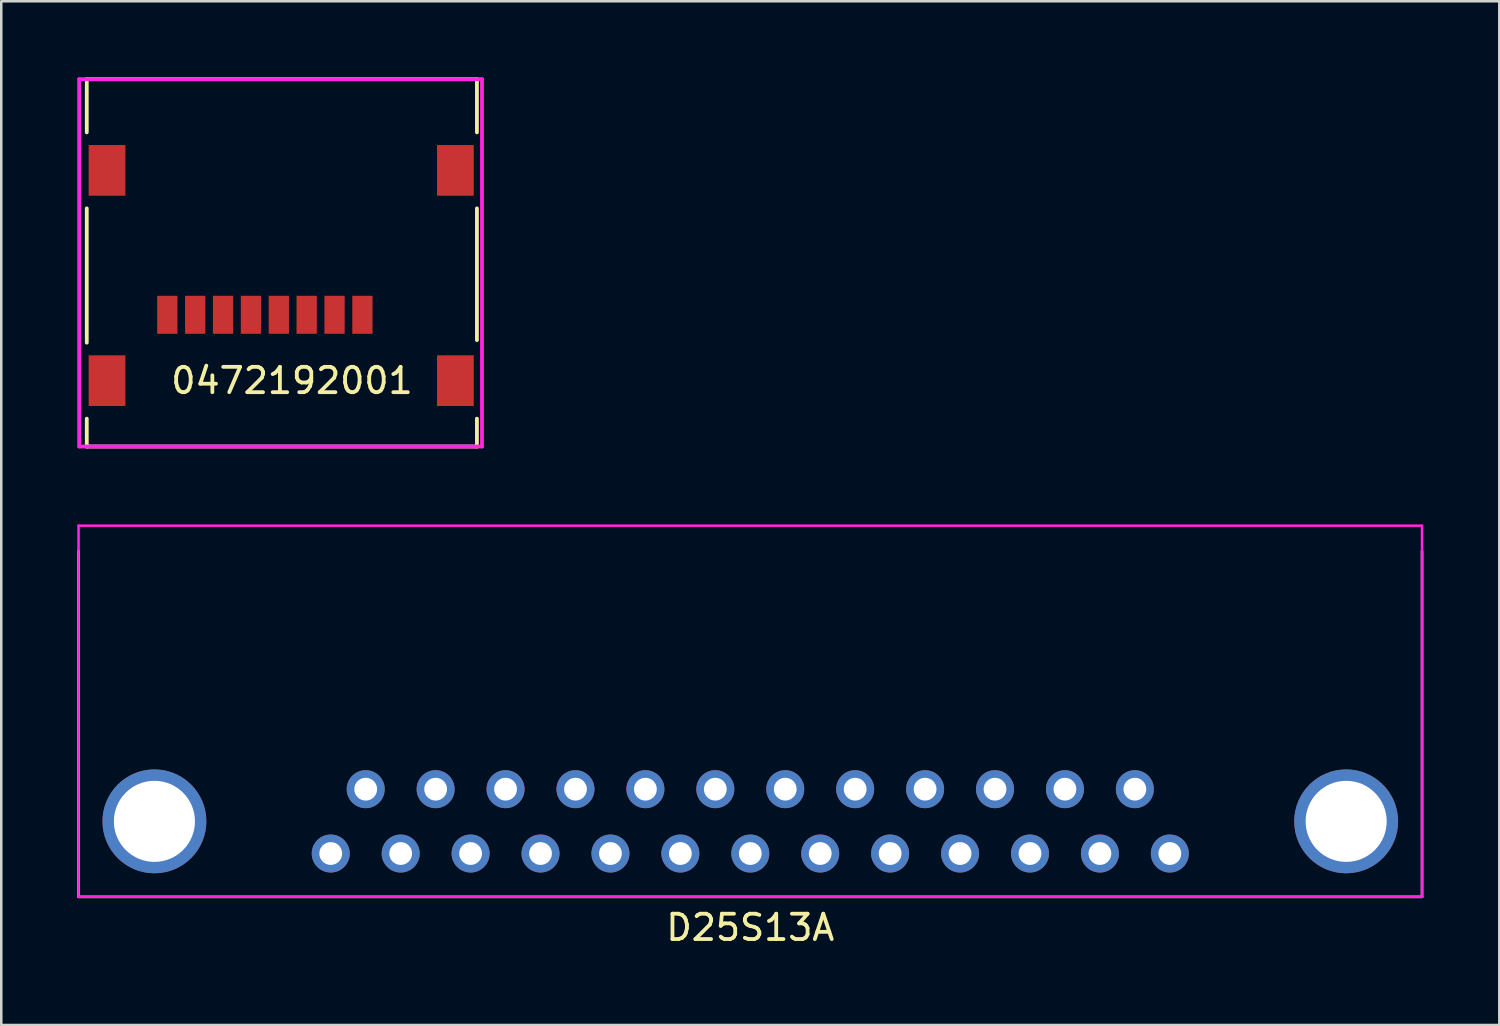
<source format=kicad_pcb>
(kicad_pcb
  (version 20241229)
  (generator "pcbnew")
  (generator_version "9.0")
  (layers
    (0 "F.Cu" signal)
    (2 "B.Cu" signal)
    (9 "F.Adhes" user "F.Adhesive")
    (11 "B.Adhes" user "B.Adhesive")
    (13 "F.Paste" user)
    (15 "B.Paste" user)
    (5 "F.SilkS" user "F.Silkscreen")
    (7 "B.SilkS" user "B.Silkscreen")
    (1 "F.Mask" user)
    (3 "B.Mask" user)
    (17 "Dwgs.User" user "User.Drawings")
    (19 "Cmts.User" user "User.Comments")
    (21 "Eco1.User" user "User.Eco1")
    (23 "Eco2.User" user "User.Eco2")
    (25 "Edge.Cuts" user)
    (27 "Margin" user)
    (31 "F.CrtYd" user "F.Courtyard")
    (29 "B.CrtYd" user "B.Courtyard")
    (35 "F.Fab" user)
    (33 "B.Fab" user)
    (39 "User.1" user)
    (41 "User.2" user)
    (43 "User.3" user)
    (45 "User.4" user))
  (footprint "0472192001"
    (layer "F.Cu")
    (at 1.175 11.975)
    (property "Reference" "0472192001" (at 7.3 0 0) (layer "F.SilkS") (effects (font (size 1 1) (thickness 0.15))))
    (attr through_hole)
    (fp_line (start -0.8 -11.9) (end 14.6 -11.9) (stroke (width 0.15) (type solid)) (layer "F.SilkS"))
    (fp_line (start -0.8 -9.8) (end -0.8 -11.9) (stroke (width 0.15) (type solid)) (layer "F.SilkS"))
    (fp_line (start -0.8 -1.5) (end -0.8 -6.8) (stroke (width 0.15) (type solid)) (layer "F.SilkS"))
    (fp_line (start -0.8 1.5) (end -0.8 2.6) (stroke (width 0.15) (type solid)) (layer "F.SilkS"))
    (fp_line (start -0.8 2.6) (end 14.6 2.6) (stroke (width 0.15) (type solid)) (layer "F.SilkS"))
    (fp_line (start 14.6 -11.9) (end 14.6 -9.8) (stroke (width 0.15) (type solid)) (layer "F.SilkS"))
    (fp_line (start 14.6 -1.6) (end 14.6 -6.8) (stroke (width 0.15) (type solid)) (layer "F.SilkS"))
    (fp_line (start 14.6 2.6) (end 14.6 1.5) (stroke (width 0.15) (type solid)) (layer "F.SilkS"))
    (fp_line (start -1.1 2.6) (end -1.1 -11.9) (stroke (width 0.15) (type solid)) (layer "F.CrtYd"))
    (fp_line (start -1.1 2.6) (end 14.8 2.6) (stroke (width 0.15) (type solid)) (layer "F.CrtYd"))
    (fp_line (start 14.8 -11.9) (end -1.1 -11.9) (stroke (width 0.15) (type solid)) (layer "F.CrtYd"))
    (fp_line (start 14.8 2.6) (end 14.8 -11.9) (stroke (width 0.15) (type solid)) (layer "F.CrtYd"))
    (pad "" smd rect (at 0 -8.3) (size 1.45 2) (layers "F.Cu" "F.Mask" "F.Paste"))
    (pad "" smd rect (at 0 0) (size 1.45 2) (layers "F.Cu" "F.Mask" "F.Paste"))
    (pad "" smd rect (at 13.75 -8.3) (size 1.45 2) (layers "F.Cu" "F.Mask" "F.Paste"))
    (pad "" smd rect (at 13.75 0) (size 1.45 2) (layers "F.Cu" "F.Mask" "F.Paste"))
    (pad "1" smd rect (at 10.08 -2.6) (size 0.8 1.5) (layers "F.Cu" "F.Mask" "F.Paste"))
    (pad "2" smd rect (at 8.98 -2.6) (size 0.8 1.5) (layers "F.Cu" "F.Mask" "F.Paste"))
    (pad "3" smd rect (at 7.88 -2.6) (size 0.8 1.5) (layers "F.Cu" "F.Mask" "F.Paste"))
    (pad "4" smd rect (at 6.78 -2.6) (size 0.8 1.5) (layers "F.Cu" "F.Mask" "F.Paste"))
    (pad "5" smd rect (at 5.68 -2.6) (size 0.8 1.5) (layers "F.Cu" "F.Mask" "F.Paste"))
    (pad "6" smd rect (at 4.58 -2.6) (size 0.8 1.5) (layers "F.Cu" "F.Mask" "F.Paste"))
    (pad "7" smd rect (at 3.48 -2.6) (size 0.8 1.5) (layers "F.Cu" "F.Mask" "F.Paste"))
    (pad "8" smd rect (at 2.38 -2.6) (size 0.8 1.5) (layers "F.Cu" "F.Mask" "F.Paste")))
  (footprint "D25S13A"
    (layer "F.Cu")
    (at 10.005 29.37)
    (property "Reference" "D25S13A" (at 16.56 4.191 0) (layer "F.SilkS") (effects (font (size 1 1) (thickness 0.15))))
    (attr through_hole)
    (fp_line (start -9.955 2.98) (end -9.955 -10.67) (stroke (width 0.1) (type solid)) (layer "F.SilkS"))
    (fp_line (start -9.955 2.98) (end 43.075 2.98) (stroke (width 0.1) (type solid)) (layer "F.SilkS"))
    (fp_line (start 43.075 2.98) (end 43.075 -10.67) (stroke (width 0.1) (type solid)) (layer "F.SilkS"))
    (fp_line (start -9.955 -11.67) (end 43.075 -11.67) (stroke (width 0.1) (type solid)) (layer "F.CrtYd"))
    (fp_line (start -9.955 2.98) (end -9.955 -11.67) (stroke (width 0.1) (type solid)) (layer "F.CrtYd"))
    (fp_line (start -9.955 2.98) (end 43.075 2.98) (stroke (width 0.1) (type solid)) (layer "F.CrtYd"))
    (fp_line (start 43.075 2.98) (end 43.075 -11.67) (stroke (width 0.1) (type solid)) (layer "F.CrtYd"))
    (pad "0" thru_hole circle (at -6.96 0) (size 4.1 4.1) (drill 3.2) (layers "*.Cu" "*.Mask"))
    (pad "0" thru_hole circle (at 40.08 0) (size 4.1 4.1) (drill 3.2) (layers "*.Cu" "*.Mask"))
    (pad "1" thru_hole circle (at 0 1.27) (size 1.5 1.5) (drill 0.9) (layers "*.Cu" "*.Mask"))
    (pad "2" thru_hole circle (at 2.76 1.27) (size 1.5 1.5) (drill 0.9) (layers "*.Cu" "*.Mask"))
    (pad "3" thru_hole circle (at 5.52 1.27) (size 1.5 1.5) (drill 0.9) (layers "*.Cu" "*.Mask"))
    (pad "4" thru_hole circle (at 8.28 1.27) (size 1.5 1.5) (drill 0.9) (layers "*.Cu" "*.Mask"))
    (pad "5" thru_hole circle (at 11.04 1.27) (size 1.5 1.5) (drill 0.9) (layers "*.Cu" "*.Mask"))
    (pad "6" thru_hole circle (at 13.8 1.27) (size 1.5 1.5) (drill 0.9) (layers "*.Cu" "*.Mask"))
    (pad "7" thru_hole circle (at 16.56 1.27) (size 1.5 1.5) (drill 0.9) (layers "*.Cu" "*.Mask"))
    (pad "8" thru_hole circle (at 19.32 1.27) (size 1.5 1.5) (drill 0.9) (layers "*.Cu" "*.Mask"))
    (pad "9" thru_hole circle (at 22.08 1.27) (size 1.5 1.5) (drill 0.9) (layers "*.Cu" "*.Mask"))
    (pad "10" thru_hole circle (at 24.84 1.27) (size 1.5 1.5) (drill 0.9) (layers "*.Cu" "*.Mask"))
    (pad "11" thru_hole circle (at 27.6 1.27) (size 1.5 1.5) (drill 0.9) (layers "*.Cu" "*.Mask"))
    (pad "12" thru_hole circle (at 30.36 1.27) (size 1.5 1.5) (drill 0.9) (layers "*.Cu" "*.Mask"))
    (pad "13" thru_hole circle (at 33.12 1.27) (size 1.5 1.5) (drill 0.9) (layers "*.Cu" "*.Mask"))
    (pad "14" thru_hole circle (at 1.38 -1.27) (size 1.5 1.5) (drill 0.9) (layers "*.Cu" "*.Mask"))
    (pad "15" thru_hole circle (at 4.14 -1.27) (size 1.5 1.5) (drill 0.9) (layers "*.Cu" "*.Mask"))
    (pad "16" thru_hole circle (at 6.9 -1.27) (size 1.5 1.5) (drill 0.9) (layers "*.Cu" "*.Mask"))
    (pad "17" thru_hole circle (at 9.66 -1.27) (size 1.5 1.5) (drill 0.9) (layers "*.Cu" "*.Mask"))
    (pad "18" thru_hole circle (at 12.42 -1.27) (size 1.5 1.5) (drill 0.9) (layers "*.Cu" "*.Mask"))
    (pad "19" thru_hole circle (at 15.18 -1.27) (size 1.5 1.5) (drill 0.9) (layers "*.Cu" "*.Mask"))
    (pad "20" thru_hole circle (at 17.94 -1.27) (size 1.5 1.5) (drill 0.9) (layers "*.Cu" "*.Mask"))
    (pad "21" thru_hole circle (at 20.7 -1.27) (size 1.5 1.5) (drill 0.9) (layers "*.Cu" "*.Mask"))
    (pad "22" thru_hole circle (at 23.46 -1.27) (size 1.5 1.5) (drill 0.9) (layers "*.Cu" "*.Mask"))
    (pad "23" thru_hole circle (at 26.22 -1.27) (size 1.5 1.5) (drill 0.9) (layers "*.Cu" "*.Mask"))
    (pad "24" thru_hole circle (at 28.98 -1.27) (size 1.5 1.5) (drill 0.9) (layers "*.Cu" "*.Mask"))
    (pad "25" thru_hole circle (at 31.74 -1.27) (size 1.5 1.5) (drill 0.9) (layers "*.Cu" "*.Mask")))
  (gr_rect
    (start -3 -3)
    (end 56.13 37.409)
    (stroke (width 0.1) (type default))
    (fill no)
    (layer "Edge.Cuts")))
</source>
